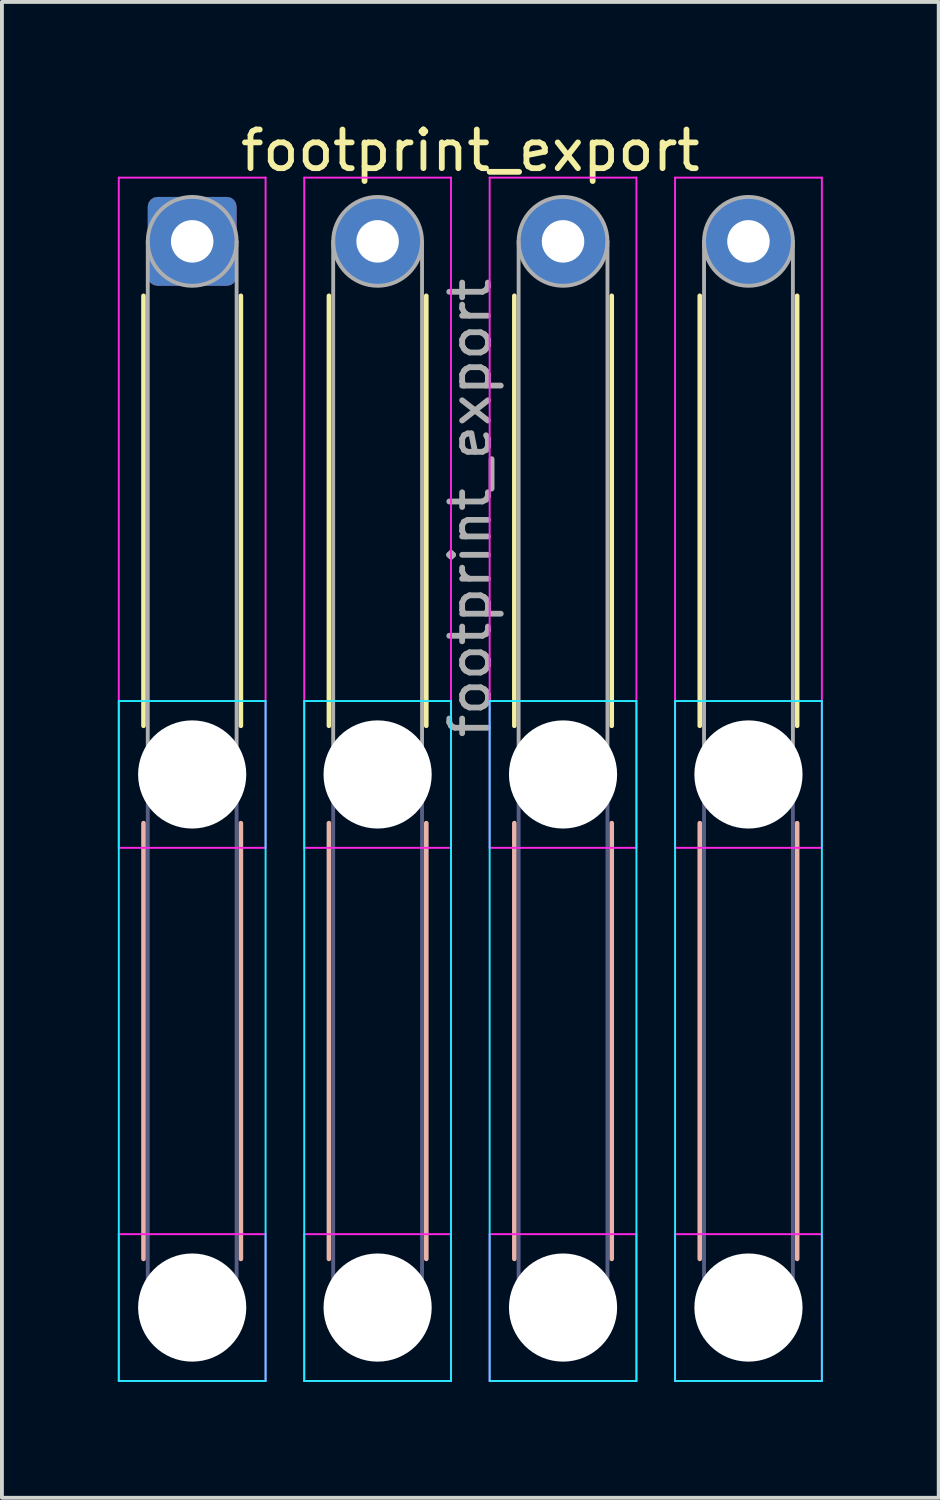
<source format=kicad_pcb>
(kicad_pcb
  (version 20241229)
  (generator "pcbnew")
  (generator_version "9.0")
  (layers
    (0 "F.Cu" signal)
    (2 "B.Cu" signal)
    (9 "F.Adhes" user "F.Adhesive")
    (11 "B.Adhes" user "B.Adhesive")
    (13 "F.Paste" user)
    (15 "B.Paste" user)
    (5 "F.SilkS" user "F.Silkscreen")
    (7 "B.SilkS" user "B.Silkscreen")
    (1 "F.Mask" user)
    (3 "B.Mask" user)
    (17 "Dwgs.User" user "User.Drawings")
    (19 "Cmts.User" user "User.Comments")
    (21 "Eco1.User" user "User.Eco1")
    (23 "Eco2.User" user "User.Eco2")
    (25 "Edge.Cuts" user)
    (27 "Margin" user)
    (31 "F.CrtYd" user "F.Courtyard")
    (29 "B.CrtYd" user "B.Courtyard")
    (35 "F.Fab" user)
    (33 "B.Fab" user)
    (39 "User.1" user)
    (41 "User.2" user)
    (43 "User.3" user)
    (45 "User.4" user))
  (footprint "footprint_export"
    (layer "F.Cu")
    (at 1.925 3.198)
    (property "Reference" "footprint_export" (at 7.2 -2.35 0) (layer "F.SilkS") (effects (font (size 1 1) (thickness 0.15))))
    (attr exclude_from_pos_files exclude_from_bom)
    (fp_line (start -1.26 1.41) (end -1.26 12.54) (stroke (width 0.12) (type solid)) (layer "F.SilkS"))
    (fp_line (start 1.26 1.41) (end 1.26 12.54) (stroke (width 0.12) (type solid)) (layer "F.SilkS"))
    (fp_line (start 3.54 1.41) (end 3.54 12.54) (stroke (width 0.12) (type solid)) (layer "F.SilkS"))
    (fp_line (start 6.06 1.41) (end 6.06 12.54) (stroke (width 0.12) (type solid)) (layer "F.SilkS"))
    (fp_line (start 8.34 1.41) (end 8.34 12.54) (stroke (width 0.12) (type solid)) (layer "F.SilkS"))
    (fp_line (start 10.86 1.41) (end 10.86 12.54) (stroke (width 0.12) (type solid)) (layer "F.SilkS"))
    (fp_line (start 13.14 1.41) (end 13.14 12.54) (stroke (width 0.12) (type solid)) (layer "F.SilkS"))
    (fp_line (start 15.66 1.41) (end 15.66 12.54) (stroke (width 0.12) (type solid)) (layer "F.SilkS"))
    (fp_line (start -1.26 15.06) (end -1.26 26.34) (stroke (width 0.12) (type solid)) (layer "B.SilkS"))
    (fp_line (start 1.26 15.06) (end 1.26 26.34) (stroke (width 0.12) (type solid)) (layer "B.SilkS"))
    (fp_line (start 3.54 15.06) (end 3.54 26.34) (stroke (width 0.12) (type solid)) (layer "B.SilkS"))
    (fp_line (start 6.06 15.06) (end 6.06 26.34) (stroke (width 0.12) (type solid)) (layer "B.SilkS"))
    (fp_line (start 8.34 15.06) (end 8.34 26.34) (stroke (width 0.12) (type solid)) (layer "B.SilkS"))
    (fp_line (start 10.86 15.06) (end 10.86 26.34) (stroke (width 0.12) (type solid)) (layer "B.SilkS"))
    (fp_line (start 13.14 15.06) (end 13.14 26.34) (stroke (width 0.12) (type solid)) (layer "B.SilkS"))
    (fp_line (start 15.66 15.06) (end 15.66 26.34) (stroke (width 0.12) (type solid)) (layer "B.SilkS"))
    (fp_line (start -1.9 11.9) (end -1.9 29.5) (stroke (width 0.05) (type solid)) (layer "B.CrtYd"))
    (fp_line (start -1.9 29.5) (end 1.9 29.5) (stroke (width 0.05) (type solid)) (layer "B.CrtYd"))
    (fp_line (start 1.9 11.9) (end -1.9 11.9) (stroke (width 0.05) (type solid)) (layer "B.CrtYd"))
    (fp_line (start 1.9 29.5) (end 1.9 11.9) (stroke (width 0.05) (type solid)) (layer "B.CrtYd"))
    (fp_line (start 2.9 11.9) (end 2.9 29.5) (stroke (width 0.05) (type solid)) (layer "B.CrtYd"))
    (fp_line (start 2.9 29.5) (end 6.7 29.5) (stroke (width 0.05) (type solid)) (layer "B.CrtYd"))
    (fp_line (start 6.7 11.9) (end 2.9 11.9) (stroke (width 0.05) (type solid)) (layer "B.CrtYd"))
    (fp_line (start 6.7 29.5) (end 6.7 11.9) (stroke (width 0.05) (type solid)) (layer "B.CrtYd"))
    (fp_line (start 7.7 11.9) (end 7.7 29.5) (stroke (width 0.05) (type solid)) (layer "B.CrtYd"))
    (fp_line (start 7.7 29.5) (end 11.5 29.5) (stroke (width 0.05) (type solid)) (layer "B.CrtYd"))
    (fp_line (start 11.5 11.9) (end 7.7 11.9) (stroke (width 0.05) (type solid)) (layer "B.CrtYd"))
    (fp_line (start 11.5 29.5) (end 11.5 11.9) (stroke (width 0.05) (type solid)) (layer "B.CrtYd"))
    (fp_line (start 12.5 11.9) (end 12.5 29.5) (stroke (width 0.05) (type solid)) (layer "B.CrtYd"))
    (fp_line (start 12.5 29.5) (end 16.3 29.5) (stroke (width 0.05) (type solid)) (layer "B.CrtYd"))
    (fp_line (start 16.3 11.9) (end 12.5 11.9) (stroke (width 0.05) (type solid)) (layer "B.CrtYd"))
    (fp_line (start 16.3 29.5) (end 16.3 11.9) (stroke (width 0.05) (type solid)) (layer "B.CrtYd"))
    (fp_line (start -1.9 -1.65) (end -1.9 15.7) (stroke (width 0.05) (type solid)) (layer "F.CrtYd"))
    (fp_line (start -1.9 15.7) (end 1.9 15.7) (stroke (width 0.05) (type solid)) (layer "F.CrtYd"))
    (fp_line (start -1.9 25.7) (end -1.9 29.5) (stroke (width 0.05) (type solid)) (layer "F.CrtYd"))
    (fp_line (start -1.9 29.5) (end 1.9 29.5) (stroke (width 0.05) (type solid)) (layer "F.CrtYd"))
    (fp_line (start 1.9 -1.65) (end -1.9 -1.65) (stroke (width 0.05) (type solid)) (layer "F.CrtYd"))
    (fp_line (start 1.9 15.7) (end 1.9 -1.65) (stroke (width 0.05) (type solid)) (layer "F.CrtYd"))
    (fp_line (start 1.9 25.7) (end -1.9 25.7) (stroke (width 0.05) (type solid)) (layer "F.CrtYd"))
    (fp_line (start 1.9 29.5) (end 1.9 25.7) (stroke (width 0.05) (type solid)) (layer "F.CrtYd"))
    (fp_line (start 2.9 -1.65) (end 2.9 15.7) (stroke (width 0.05) (type solid)) (layer "F.CrtYd"))
    (fp_line (start 2.9 15.7) (end 6.7 15.7) (stroke (width 0.05) (type solid)) (layer "F.CrtYd"))
    (fp_line (start 2.9 25.7) (end 2.9 29.5) (stroke (width 0.05) (type solid)) (layer "F.CrtYd"))
    (fp_line (start 2.9 29.5) (end 6.7 29.5) (stroke (width 0.05) (type solid)) (layer "F.CrtYd"))
    (fp_line (start 6.7 -1.65) (end 2.9 -1.65) (stroke (width 0.05) (type solid)) (layer "F.CrtYd"))
    (fp_line (start 6.7 15.7) (end 6.7 -1.65) (stroke (width 0.05) (type solid)) (layer "F.CrtYd"))
    (fp_line (start 6.7 25.7) (end 2.9 25.7) (stroke (width 0.05) (type solid)) (layer "F.CrtYd"))
    (fp_line (start 6.7 29.5) (end 6.7 25.7) (stroke (width 0.05) (type solid)) (layer "F.CrtYd"))
    (fp_line (start 7.7 -1.65) (end 7.7 15.7) (stroke (width 0.05) (type solid)) (layer "F.CrtYd"))
    (fp_line (start 7.7 15.7) (end 11.5 15.7) (stroke (width 0.05) (type solid)) (layer "F.CrtYd"))
    (fp_line (start 7.7 25.7) (end 7.7 29.5) (stroke (width 0.05) (type solid)) (layer "F.CrtYd"))
    (fp_line (start 7.7 29.5) (end 11.5 29.5) (stroke (width 0.05) (type solid)) (layer "F.CrtYd"))
    (fp_line (start 11.5 -1.65) (end 7.7 -1.65) (stroke (width 0.05) (type solid)) (layer "F.CrtYd"))
    (fp_line (start 11.5 15.7) (end 11.5 -1.65) (stroke (width 0.05) (type solid)) (layer "F.CrtYd"))
    (fp_line (start 11.5 25.7) (end 7.7 25.7) (stroke (width 0.05) (type solid)) (layer "F.CrtYd"))
    (fp_line (start 11.5 29.5) (end 11.5 25.7) (stroke (width 0.05) (type solid)) (layer "F.CrtYd"))
    (fp_line (start 12.5 -1.65) (end 12.5 15.7) (stroke (width 0.05) (type solid)) (layer "F.CrtYd"))
    (fp_line (start 12.5 15.7) (end 16.3 15.7) (stroke (width 0.05) (type solid)) (layer "F.CrtYd"))
    (fp_line (start 12.5 25.7) (end 12.5 29.5) (stroke (width 0.05) (type solid)) (layer "F.CrtYd"))
    (fp_line (start 12.5 29.5) (end 16.3 29.5) (stroke (width 0.05) (type solid)) (layer "F.CrtYd"))
    (fp_line (start 16.3 -1.65) (end 12.5 -1.65) (stroke (width 0.05) (type solid)) (layer "F.CrtYd"))
    (fp_line (start 16.3 15.7) (end 16.3 -1.65) (stroke (width 0.05) (type solid)) (layer "F.CrtYd"))
    (fp_line (start 16.3 25.7) (end 12.5 25.7) (stroke (width 0.05) (type solid)) (layer "F.CrtYd"))
    (fp_line (start 16.3 29.5) (end 16.3 25.7) (stroke (width 0.05) (type solid)) (layer "F.CrtYd"))
    (fp_line (start -1.15 13.8) (end -1.15 27.6) (stroke (width 0.1) (type solid)) (layer "B.Fab"))
    (fp_line (start 1.15 13.8) (end 1.15 27.6) (stroke (width 0.1) (type solid)) (layer "B.Fab"))
    (fp_line (start 3.65 13.8) (end 3.65 27.6) (stroke (width 0.1) (type solid)) (layer "B.Fab"))
    (fp_line (start 5.95 13.8) (end 5.95 27.6) (stroke (width 0.1) (type solid)) (layer "B.Fab"))
    (fp_line (start 8.45 13.8) (end 8.45 27.6) (stroke (width 0.1) (type solid)) (layer "B.Fab"))
    (fp_line (start 10.75 13.8) (end 10.75 27.6) (stroke (width 0.1) (type solid)) (layer "B.Fab"))
    (fp_line (start 13.25 13.8) (end 13.25 27.6) (stroke (width 0.1) (type solid)) (layer "B.Fab"))
    (fp_line (start 15.55 13.8) (end 15.55 27.6) (stroke (width 0.1) (type solid)) (layer "B.Fab"))
    (fp_circle (center 0 13.8) (end 1.15 13.8) (stroke (width 0.1) (type solid)) (fill no) (layer "B.Fab"))
    (fp_circle (center 0 27.6) (end 1.15 27.6) (stroke (width 0.1) (type solid)) (fill no) (layer "B.Fab"))
    (fp_circle (center 4.8 13.8) (end 5.95 13.8) (stroke (width 0.1) (type solid)) (fill no) (layer "B.Fab"))
    (fp_circle (center 4.8 27.6) (end 5.95 27.6) (stroke (width 0.1) (type solid)) (fill no) (layer "B.Fab"))
    (fp_circle (center 9.6 13.8) (end 10.75 13.8) (stroke (width 0.1) (type solid)) (fill no) (layer "B.Fab"))
    (fp_circle (center 9.6 27.6) (end 10.75 27.6) (stroke (width 0.1) (type solid)) (fill no) (layer "B.Fab"))
    (fp_circle (center 14.4 13.8) (end 15.55 13.8) (stroke (width 0.1) (type solid)) (fill no) (layer "B.Fab"))
    (fp_circle (center 14.4 27.6) (end 15.55 27.6) (stroke (width 0.1) (type solid)) (fill no) (layer "B.Fab"))
    (fp_line (start -1.15 0) (end -1.15 13.8) (stroke (width 0.1) (type solid)) (layer "F.Fab"))
    (fp_line (start 1.15 0) (end 1.15 13.8) (stroke (width 0.1) (type solid)) (layer "F.Fab"))
    (fp_line (start 3.65 0) (end 3.65 13.8) (stroke (width 0.1) (type solid)) (layer "F.Fab"))
    (fp_line (start 5.95 0) (end 5.95 13.8) (stroke (width 0.1) (type solid)) (layer "F.Fab"))
    (fp_line (start 8.45 0) (end 8.45 13.8) (stroke (width 0.1) (type solid)) (layer "F.Fab"))
    (fp_line (start 10.75 0) (end 10.75 13.8) (stroke (width 0.1) (type solid)) (layer "F.Fab"))
    (fp_line (start 13.25 0) (end 13.25 13.8) (stroke (width 0.1) (type solid)) (layer "F.Fab"))
    (fp_line (start 15.55 0) (end 15.55 13.8) (stroke (width 0.1) (type solid)) (layer "F.Fab"))
    (fp_circle (center 0 0) (end 1.15 0) (stroke (width 0.1) (type solid)) (fill no) (layer "F.Fab"))
    (fp_circle (center 0 13.8) (end 1.15 13.8) (stroke (width 0.1) (type solid)) (fill no) (layer "F.Fab"))
    (fp_circle (center 0 27.6) (end 1.15 27.6) (stroke (width 0.1) (type solid)) (fill no) (layer "F.Fab"))
    (fp_circle (center 4.8 0) (end 5.95 0) (stroke (width 0.1) (type solid)) (fill no) (layer "F.Fab"))
    (fp_circle (center 4.8 13.8) (end 5.95 13.8) (stroke (width 0.1) (type solid)) (fill no) (layer "F.Fab"))
    (fp_circle (center 4.8 27.6) (end 5.95 27.6) (stroke (width 0.1) (type solid)) (fill no) (layer "F.Fab"))
    (fp_circle (center 9.6 0) (end 10.75 0) (stroke (width 0.1) (type solid)) (fill no) (layer "F.Fab"))
    (fp_circle (center 9.6 13.8) (end 10.75 13.8) (stroke (width 0.1) (type solid)) (fill no) (layer "F.Fab"))
    (fp_circle (center 9.6 27.6) (end 10.75 27.6) (stroke (width 0.1) (type solid)) (fill no) (layer "F.Fab"))
    (fp_circle (center 14.4 0) (end 15.55 0) (stroke (width 0.1) (type solid)) (fill no) (layer "F.Fab"))
    (fp_circle (center 14.4 13.8) (end 15.55 13.8) (stroke (width 0.1) (type solid)) (fill no) (layer "F.Fab"))
    (fp_circle (center 14.4 27.6) (end 15.55 27.6) (stroke (width 0.1) (type solid)) (fill no) (layer "F.Fab"))
    (fp_text user "${REFERENCE}" (at 7.2 6.9 90) (layer "F.Fab") (effects (font (size 1 1) (thickness 0.15))))
    (pad "" np_thru_hole circle (at 0 13.8) (size 2.8 2.8) (drill 2.8) (layers "*.Cu" "*.Mask"))
    (pad "" np_thru_hole circle (at 0 27.6) (size 2.8 2.8) (drill 2.8) (layers "*.Cu" "*.Mask"))
    (pad "" np_thru_hole circle (at 4.8 13.8) (size 2.8 2.8) (drill 2.8) (layers "*.Cu" "*.Mask"))
    (pad "" np_thru_hole circle (at 4.8 27.6) (size 2.8 2.8) (drill 2.8) (layers "*.Cu" "*.Mask"))
    (pad "" np_thru_hole circle (at 9.6 13.8) (size 2.8 2.8) (drill 2.8) (layers "*.Cu" "*.Mask"))
    (pad "" np_thru_hole circle (at 9.6 27.6) (size 2.8 2.8) (drill 2.8) (layers "*.Cu" "*.Mask"))
    (pad "" np_thru_hole circle (at 14.4 13.8) (size 2.8 2.8) (drill 2.8) (layers "*.Cu" "*.Mask"))
    (pad "" np_thru_hole circle (at 14.4 27.6) (size 2.8 2.8) (drill 2.8) (layers "*.Cu" "*.Mask"))
    (pad "1" thru_hole roundrect (at 0 0) (size 2.3 2.3) (drill 1.1) (layers "*.Cu" "*.Mask") (roundrect_rratio 0.109))
    (pad "2" thru_hole circle (at 4.8 0) (size 2.3 2.3) (drill 1.1) (layers "*.Cu" "*.Mask"))
    (pad "3" thru_hole circle (at 9.6 0) (size 2.3 2.3) (drill 1.1) (layers "*.Cu" "*.Mask"))
    (pad "4" thru_hole circle (at 14.4 0) (size 2.3 2.3) (drill 1.1) (layers "*.Cu" "*.Mask")))
  (gr_rect
    (start -3 -3)
    (end 21.25 35.723)
    (stroke (width 0.1) (type default))
    (fill no)
    (layer "Edge.Cuts")))
</source>
